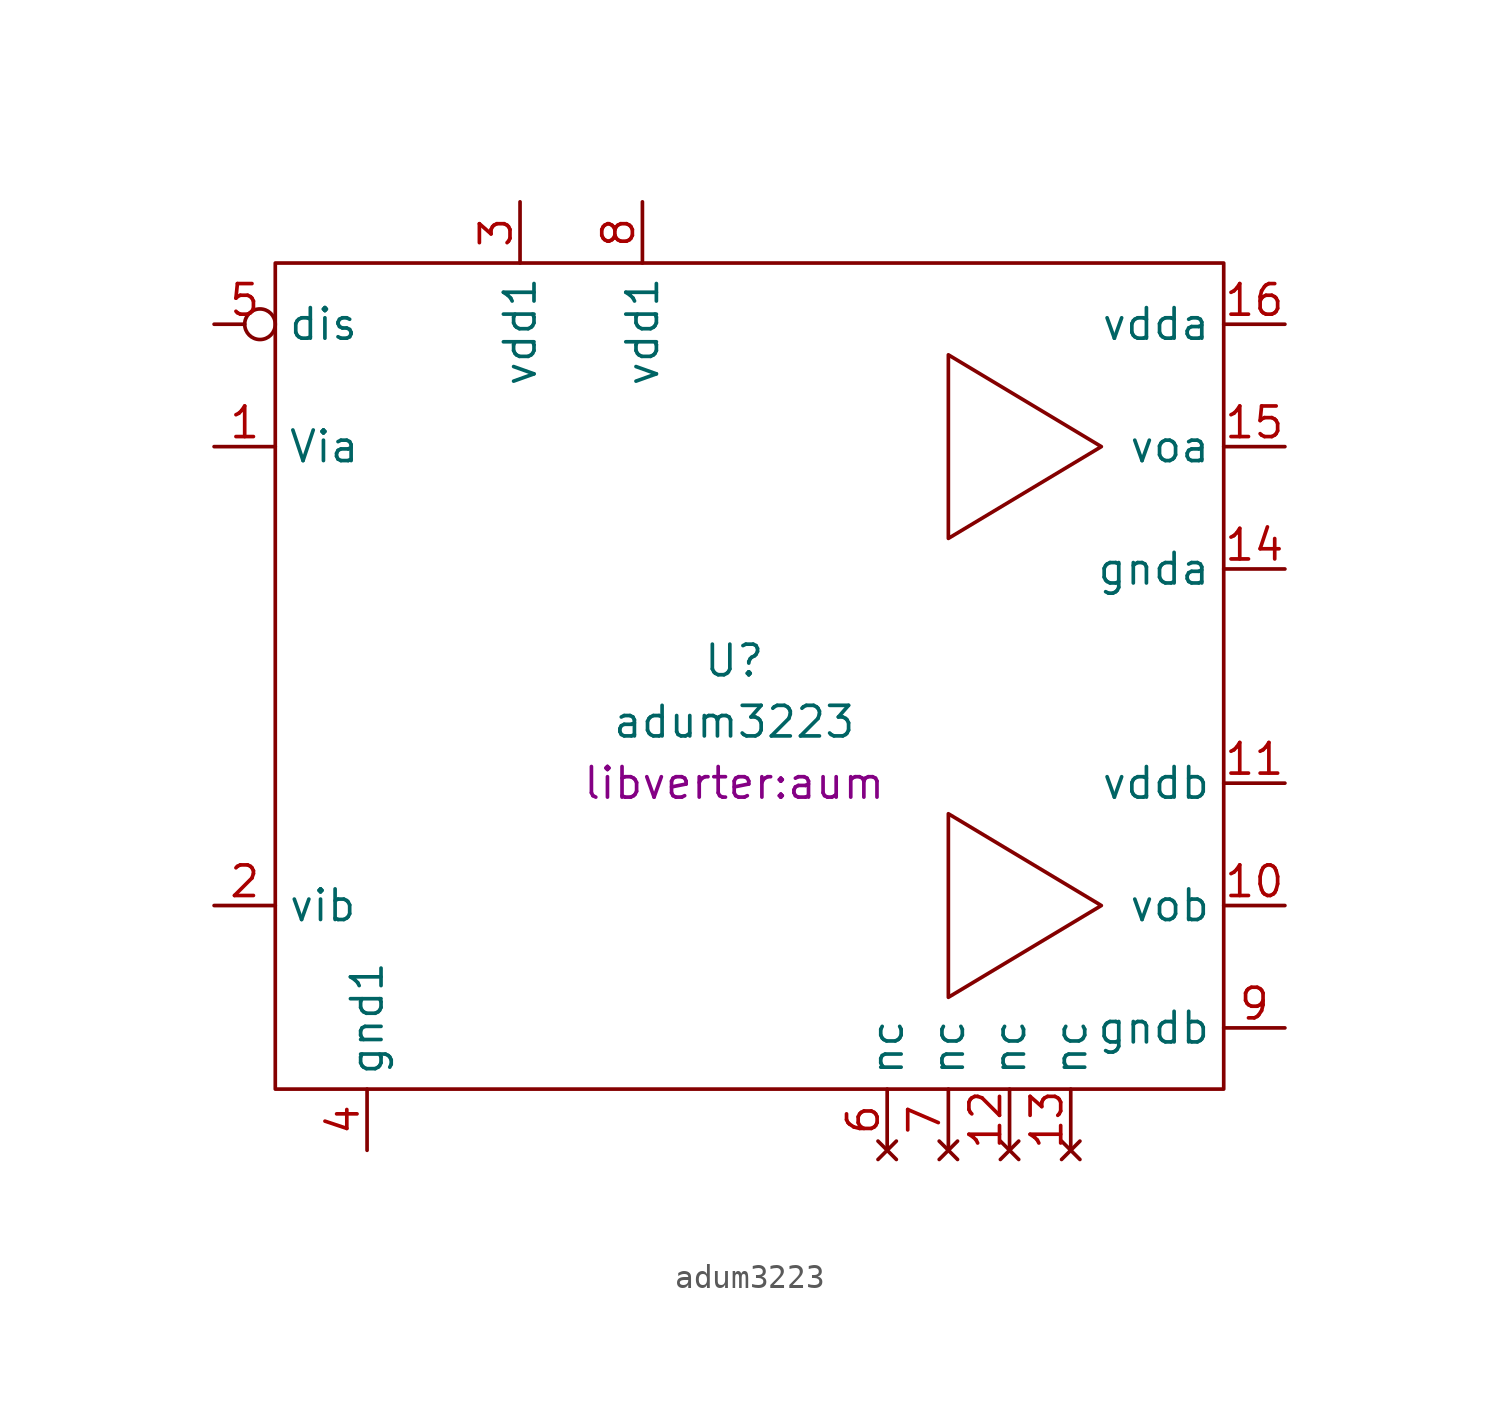
<source format=kicad_sym>
(kicad_symbol_lib
  (version 20211014)
  (generator kicad_symbol_editor)
  (symbol "adum3223"
    (property "Reference" "U"
      (at 0 6.35 0)
      (effects (font (size 1.27 1.27))))
    (property "Value" "adum3223"
      (at 0 3.81 0)
      (effects (font (size 1.27 1.27))))
    (property "Footprint" "libverter:aum"
      (at 0 1.27 0)
      (effects (font (size 1.27 1.27))))
    (symbol "adum3223_0_0"
      (text "" (at -6.35 20.32 0) (effects (font (size 1.27 1.27)))))
    (symbol "adum3223_0_1"
      (rectangle (start -19.05 22.86) (end 20.32 -11.43) (stroke (width 0) (type default) (color 0 0 0 0)) (fill (type none)))
      (polyline (pts (xy 8.89 0) (xy 8.89 -7.62) (xy 15.24 -3.81) (xy 8.89 0)) (stroke (width 0) (type default) (color 0 0 0 0)) (fill (type none)))
      (polyline (pts (xy 8.89 19.05) (xy 8.89 11.43) (xy 15.24 15.24) (xy 8.89 19.05)) (stroke (width 0) (type default) (color 0 0 0 0)) (fill (type none))))
    (symbol "adum3223_1_1"
      (pin input line (at -21.59 15.24 0) (length 2.54) (name "Via" (effects (font (size 1.27 1.27)))) (number "1" (effects (font (size 1.27 1.27)))))
      (pin output line (at 22.86 -3.81 180) (length 2.54) (name "vob" (effects (font (size 1.27 1.27)))) (number "10" (effects (font (size 1.27 1.27)))))
      (pin power_in line (at 22.86 1.27 180) (length 2.54) (name "vddb" (effects (font (size 1.27 1.27)))) (number "11" (effects (font (size 1.27 1.27)))))
      (pin no_connect line (at 11.43 -13.97 90) (length 2.54) (name "nc" (effects (font (size 1.27 1.27)))) (number "12" (effects (font (size 1.27 1.27)))))
      (pin no_connect line (at 13.97 -13.97 90) (length 2.54) (name "nc" (effects (font (size 1.27 1.27)))) (number "13" (effects (font (size 1.27 1.27)))))
      (pin power_in line (at 22.86 10.16 180) (length 2.54) (name "gnda" (effects (font (size 1.27 1.27)))) (number "14" (effects (font (size 1.27 1.27)))))
      (pin output line (at 22.86 15.24 180) (length 2.54) (name "voa" (effects (font (size 1.27 1.27)))) (number "15" (effects (font (size 1.27 1.27)))))
      (pin power_in line (at 22.86 20.32 180) (length 2.54) (name "vdda" (effects (font (size 1.27 1.27)))) (number "16" (effects (font (size 1.27 1.27)))))
      (pin input line (at -21.59 -3.81 0) (length 2.54) (name "vib" (effects (font (size 1.27 1.27)))) (number "2" (effects (font (size 1.27 1.27)))))
      (pin power_in line (at -8.89 25.4 270) (length 2.54) (name "vdd1" (effects (font (size 1.27 1.27)))) (number "3" (effects (font (size 1.27 1.27)))))
      (pin power_in line (at -15.24 -13.97 90) (length 2.54) (name "gnd1" (effects (font (size 1.27 1.27)))) (number "4" (effects (font (size 1.27 1.27)))))
      (pin input inverted (at -21.59 20.32 0) (length 2.54) (name "dis" (effects (font (size 1.27 1.27)))) (number "5" (effects (font (size 1.27 1.27)))))
      (pin no_connect line (at 6.35 -13.97 90) (length 2.54) (name "nc" (effects (font (size 1.27 1.27)))) (number "6" (effects (font (size 1.27 1.27)))))
      (pin no_connect line (at 8.89 -13.97 90) (length 2.54) (name "nc" (effects (font (size 1.27 1.27)))) (number "7" (effects (font (size 1.27 1.27)))))
      (pin power_in line (at -3.81 25.4 270) (length 2.54) (name "vdd1" (effects (font (size 1.27 1.27)))) (number "8" (effects (font (size 1.27 1.27)))))
      (pin power_in line (at 22.86 -8.89 180) (length 2.54) (name "gndb" (effects (font (size 1.27 1.27)))) (number "9" (effects (font (size 1.27 1.27))))))))
</source>
